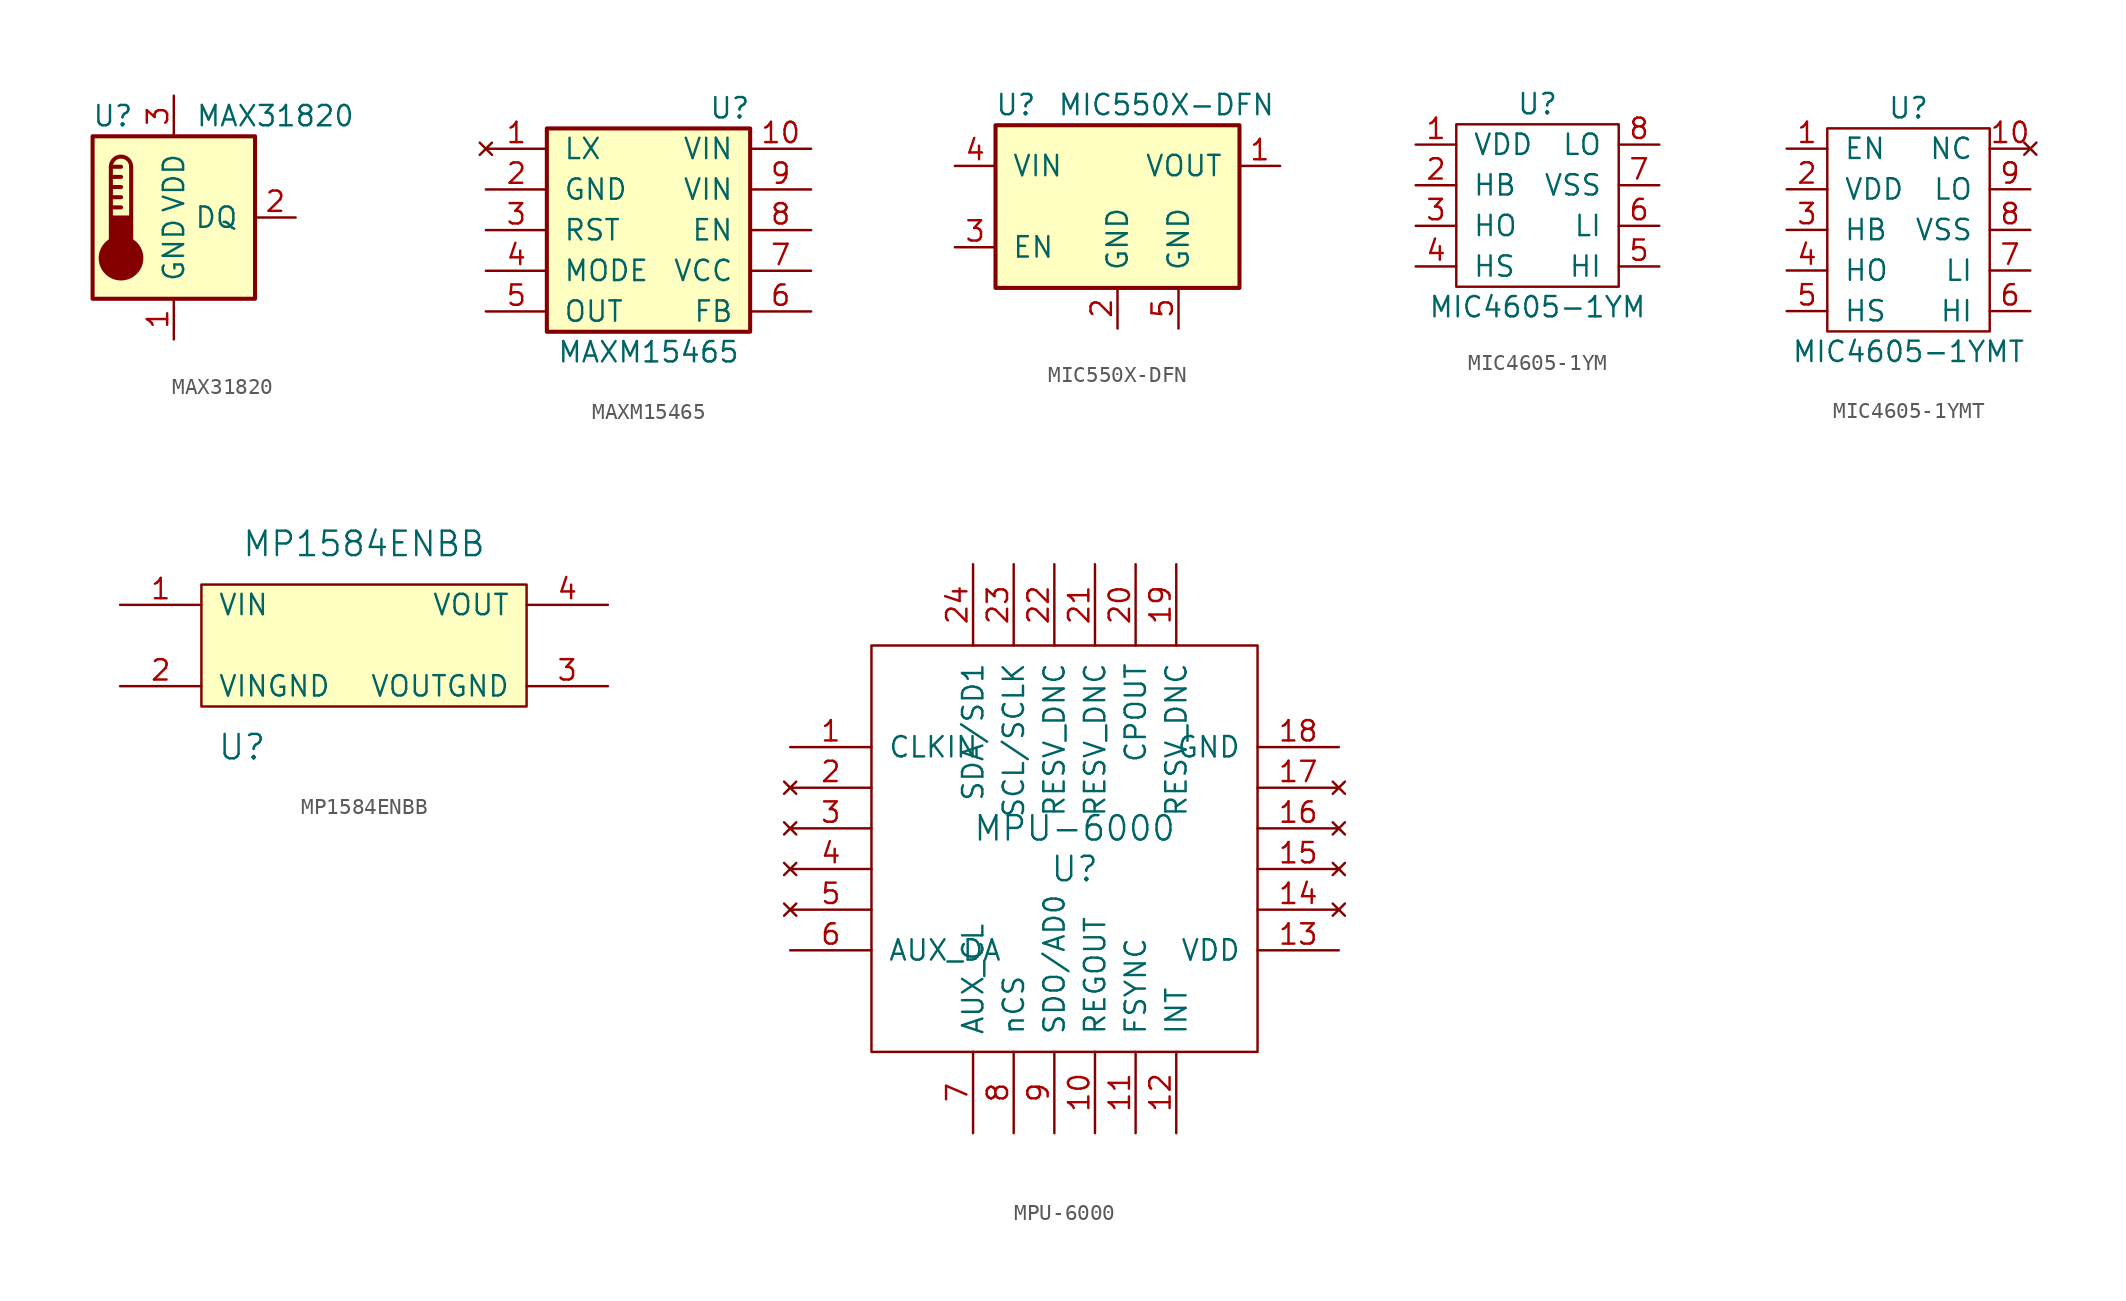
<source format=kicad_sym>
(kicad_symbol_lib
  (version 20211014)
  (generator kicad_symbol_editor)
  (symbol "MAX31820"
    (pin_names
      (offset 1.016))
    (property "Reference" "U"
      (at -3.81 6.35 0)
      (effects (font (size 1.27 1.27))))
    (property "Value" "MAX31820"
      (at 6.35 6.35 0)
      (effects (font (size 1.27 1.27))))
    (symbol "MAX31820_0_1"
      (rectangle (start -5.08 5.08) (end 5.08 -5.08) (stroke (width 0.254) (type default) (color 0 0 0 0)) (fill (type background)))
      (circle (center -3.302 -2.54) (radius 1.27) (stroke (width 0.254) (type default) (color 0 0 0 0)) (fill (type outline)))
      (rectangle (start -2.667 -1.905) (end -3.937 0) (stroke (width 0.254) (type default) (color 0 0 0 0)) (fill (type outline)))
      (arc (start -2.667 3.175) (mid -3.302 3.81) (end -3.937 3.175) (stroke (width 0.254) (type default) (color 0 0 0 0)) (fill (type none)))
      (polyline (pts (xy -3.937 0.635) (xy -3.302 0.635)) (stroke (width 0.254) (type default) (color 0 0 0 0)) (fill (type none)))
      (polyline (pts (xy -3.937 1.27) (xy -3.302 1.27)) (stroke (width 0.254) (type default) (color 0 0 0 0)) (fill (type none)))
      (polyline (pts (xy -3.937 1.905) (xy -3.302 1.905)) (stroke (width 0.254) (type default) (color 0 0 0 0)) (fill (type none)))
      (polyline (pts (xy -3.937 2.54) (xy -3.302 2.54)) (stroke (width 0.254) (type default) (color 0 0 0 0)) (fill (type none)))
      (polyline (pts (xy -3.937 3.175) (xy -3.937 0)) (stroke (width 0.254) (type default) (color 0 0 0 0)) (fill (type none)))
      (polyline (pts (xy -3.937 3.175) (xy -3.302 3.175)) (stroke (width 0.254) (type default) (color 0 0 0 0)) (fill (type none)))
      (polyline (pts (xy -2.667 3.175) (xy -2.667 0)) (stroke (width 0.254) (type default) (color 0 0 0 0)) (fill (type none))))
    (symbol "MAX31820_1_1"
      (pin power_in line (at 0 -7.62 90) (length 2.54) (name "GND" (effects (font (size 1.27 1.27)))) (number "1" (effects (font (size 1.27 1.27)))))
      (pin bidirectional line (at 7.62 0 180) (length 2.54) (name "DQ" (effects (font (size 1.27 1.27)))) (number "2" (effects (font (size 1.27 1.27)))))
      (pin power_in line (at 0 7.62 270) (length 2.54) (name "VDD" (effects (font (size 1.27 1.27)))) (number "3" (effects (font (size 1.27 1.27)))))))
  (symbol "MAXM15465"
    (pin_names
      (offset 1.016))
    (property "Reference" "U"
      (at 5.08 7.62 0)
      (effects (font (size 1.27 1.27))))
    (property "Value" "MAXM15465"
      (at 0 -7.62 0)
      (effects (font (size 1.27 1.27))))
    (symbol "MAXM15465_1_1"
      (rectangle (start -6.35 6.35) (end 6.35 -6.35) (stroke (width 0.254) (type default) (color 0 0 0 0)) (fill (type background)))
      (pin no_connect line (at -10.16 5.08 0) (length 3.81) (name "LX" (effects (font (size 1.27 1.27)))) (number "1" (effects (font (size 1.27 1.27)))))
      (pin power_in line (at 10.16 5.08 180) (length 3.81) (name "VIN" (effects (font (size 1.27 1.27)))) (number "10" (effects (font (size 1.27 1.27)))))
      (pin power_out line (at -10.16 2.54 0) (length 3.81) (name "GND" (effects (font (size 1.27 1.27)))) (number "2" (effects (font (size 1.27 1.27)))))
      (pin open_collector line (at -10.16 0 0) (length 3.81) (name "RST" (effects (font (size 1.27 1.27)))) (number "3" (effects (font (size 1.27 1.27)))))
      (pin input line (at -10.16 -2.54 0) (length 3.81) (name "MODE" (effects (font (size 1.27 1.27)))) (number "4" (effects (font (size 1.27 1.27)))))
      (pin power_out line (at -10.16 -5.08 0) (length 3.81) (name "OUT" (effects (font (size 1.27 1.27)))) (number "5" (effects (font (size 1.27 1.27)))))
      (pin input line (at 10.16 -5.08 180) (length 3.81) (name "FB" (effects (font (size 1.27 1.27)))) (number "6" (effects (font (size 1.27 1.27)))))
      (pin output line (at 10.16 -2.54 180) (length 3.81) (name "VCC" (effects (font (size 1.27 1.27)))) (number "7" (effects (font (size 1.27 1.27)))))
      (pin bidirectional line (at 10.16 0 180) (length 3.81) (name "EN" (effects (font (size 1.27 1.27)))) (number "8" (effects (font (size 1.27 1.27)))))
      (pin power_in line (at 10.16 2.54 180) (length 3.81) (name "VIN" (effects (font (size 1.27 1.27)))) (number "9" (effects (font (size 1.27 1.27)))))))
  (symbol "MIC550X-DFN"
    (pin_names
      (offset 1.016))
    (property "Reference" "U"
      (at -6.35 6.35 0)
      (effects (font (size 1.27 1.27))))
    (property "Value" "MIC550X-DFN"
      (at 3.048 6.35 0)
      (effects (font (size 1.27 1.27))))
    (symbol "MIC550X-DFN_0_1"
      (rectangle (start -7.62 -5.08) (end 7.62 5.08) (stroke (width 0.254) (type default) (color 0 0 0 0)) (fill (type background))))
    (symbol "MIC550X-DFN_1_1"
      (pin power_out line (at 10.16 2.54 180) (length 2.54) (name "VOUT" (effects (font (size 1.27 1.27)))) (number "1" (effects (font (size 1.27 1.27)))))
      (pin power_in line (at 0 -7.62 90) (length 2.54) (name "GND" (effects (font (size 1.27 1.27)))) (number "2" (effects (font (size 1.27 1.27)))))
      (pin input line (at -10.16 -2.54 0) (length 2.54) (name "EN" (effects (font (size 1.27 1.27)))) (number "3" (effects (font (size 1.27 1.27)))))
      (pin power_in line (at -10.16 2.54 0) (length 2.54) (name "VIN" (effects (font (size 1.27 1.27)))) (number "4" (effects (font (size 1.27 1.27)))))
      (pin power_in line (at 3.81 -7.62 90) (length 2.54) (name "GND" (effects (font (size 1.27 1.27)))) (number "5" (effects (font (size 1.27 1.27)))))))
  (symbol "MIC4605-1YM"
    (pin_names
      (offset 1.016))
    (property "Reference" "U"
      (at 0 7.62 0)
      (effects (font (size 1.27 1.27))))
    (property "Value" "MIC4605-1YM"
      (at 0 -5.08 0)
      (effects (font (size 1.27 1.27))))
    (symbol "MIC4605-1YM_0_1"
      (rectangle (start -5.08 6.35) (end 5.08 -3.81) (stroke (width 0) (type default) (color 0 0 0 0)) (fill (type none))))
    (symbol "MIC4605-1YM_1_1"
      (pin input line (at -7.62 5.08 0) (length 2.54) (name "VDD" (effects (font (size 1.27 1.27)))) (number "1" (effects (font (size 1.27 1.27)))))
      (pin power_in line (at -7.62 2.54 0) (length 2.54) (name "HB" (effects (font (size 1.27 1.27)))) (number "2" (effects (font (size 1.27 1.27)))))
      (pin bidirectional line (at -7.62 0 0) (length 2.54) (name "HO" (effects (font (size 1.27 1.27)))) (number "3" (effects (font (size 1.27 1.27)))))
      (pin bidirectional line (at -7.62 -2.54 0) (length 2.54) (name "HS" (effects (font (size 1.27 1.27)))) (number "4" (effects (font (size 1.27 1.27)))))
      (pin bidirectional line (at 7.62 -2.54 180) (length 2.54) (name "HI" (effects (font (size 1.27 1.27)))) (number "5" (effects (font (size 1.27 1.27)))))
      (pin bidirectional line (at 7.62 0 180) (length 2.54) (name "LI" (effects (font (size 1.27 1.27)))) (number "6" (effects (font (size 1.27 1.27)))))
      (pin bidirectional line (at 7.62 2.54 180) (length 2.54) (name "VSS" (effects (font (size 1.27 1.27)))) (number "7" (effects (font (size 1.27 1.27)))))
      (pin power_out line (at 7.62 5.08 180) (length 2.54) (name "LO" (effects (font (size 1.27 1.27)))) (number "8" (effects (font (size 1.27 1.27)))))))
  (symbol "MIC4605-1YMT"
    (pin_names
      (offset 1.016))
    (property "Reference" "U"
      (at 0 7.62 0)
      (effects (font (size 1.27 1.27))))
    (property "Value" "MIC4605-1YMT"
      (at 0 -7.62 0)
      (effects (font (size 1.27 1.27))))
    (symbol "MIC4605-1YMT_0_1"
      (rectangle (start -5.08 6.35) (end 5.08 -6.35) (stroke (width 0) (type default) (color 0 0 0 0)) (fill (type none))))
    (symbol "MIC4605-1YMT_1_1"
      (pin input line (at -7.62 5.08 0) (length 2.54) (name "EN" (effects (font (size 1.27 1.27)))) (number "1" (effects (font (size 1.27 1.27)))))
      (pin no_connect line (at 7.62 5.08 180) (length 2.54) (name "NC" (effects (font (size 1.27 1.27)))) (number "10" (effects (font (size 1.27 1.27)))))
      (pin power_in line (at -7.62 2.54 0) (length 2.54) (name "VDD" (effects (font (size 1.27 1.27)))) (number "2" (effects (font (size 1.27 1.27)))))
      (pin bidirectional line (at -7.62 0 0) (length 2.54) (name "HB" (effects (font (size 1.27 1.27)))) (number "3" (effects (font (size 1.27 1.27)))))
      (pin bidirectional line (at -7.62 -2.54 0) (length 2.54) (name "HO" (effects (font (size 1.27 1.27)))) (number "4" (effects (font (size 1.27 1.27)))))
      (pin bidirectional line (at -7.62 -5.08 0) (length 2.54) (name "HS" (effects (font (size 1.27 1.27)))) (number "5" (effects (font (size 1.27 1.27)))))
      (pin bidirectional line (at 7.62 -5.08 180) (length 2.54) (name "HI" (effects (font (size 1.27 1.27)))) (number "6" (effects (font (size 1.27 1.27)))))
      (pin bidirectional line (at 7.62 -2.54 180) (length 2.54) (name "LI" (effects (font (size 1.27 1.27)))) (number "7" (effects (font (size 1.27 1.27)))))
      (pin power_out line (at 7.62 0 180) (length 2.54) (name "VSS" (effects (font (size 1.27 1.27)))) (number "8" (effects (font (size 1.27 1.27)))))
      (pin bidirectional line (at 7.62 2.54 180) (length 2.54) (name "LO" (effects (font (size 1.27 1.27)))) (number "9" (effects (font (size 1.27 1.27)))))))
  (symbol "MP1584ENBB"
    (pin_names
      (offset 1.016))
    (property "Reference" "U"
      (at 0 0 0)
      (effects (font (size 1.524 1.524))))
    (property "Value" "MP1584ENBB"
      (at 7.62 12.7 0)
      (effects (font (size 1.524 1.524))))
    (symbol "MP1584ENBB_0_1"
      (rectangle (start -2.54 10.16) (end 17.78 2.54) (stroke (width 0) (type default) (color 0 0 0 0)) (fill (type background))))
    (symbol "MP1584ENBB_1_1"
      (pin power_in line (at -7.62 8.89 0) (length 5.08) (name "VIN" (effects (font (size 1.27 1.27)))) (number "1" (effects (font (size 1.27 1.27)))))
      (pin power_in line (at -7.62 3.81 0) (length 5.08) (name "VINGND" (effects (font (size 1.27 1.27)))) (number "2" (effects (font (size 1.27 1.27)))))
      (pin power_in line (at 22.86 3.81 180) (length 5.08) (name "VOUTGND" (effects (font (size 1.27 1.27)))) (number "3" (effects (font (size 1.27 1.27)))))
      (pin power_in line (at 22.86 8.89 180) (length 5.08) (name "VOUT" (effects (font (size 1.27 1.27)))) (number "4" (effects (font (size 1.27 1.27)))))))
  (symbol "MPU-6000"
    (pin_names
      (offset 1.016))
    (property "Reference" "U"
      (at 0 -1.27 0)
      (effects (font (size 1.524 1.524))))
    (property "Value" "MPU-6000"
      (at 0 1.27 0)
      (effects (font (size 1.524 1.524))))
    (property "Footprint" ""
      (at -3.81 0 0)
      (effects (font (size 1.524 1.524))))
    (property "Datasheet" ""
      (at -3.81 0 0)
      (effects (font (size 1.524 1.524))))
    (symbol "MPU-6000_0_1"
      (rectangle (start -12.7 12.7) (end 11.43 -12.7) (stroke (width 0) (type default) (color 0 0 0 0)) (fill (type none))))
    (symbol "MPU-6000_1_1"
      (pin input line (at -17.78 6.35 0) (length 5.08) (name "CLKIN" (effects (font (size 1.27 1.27)))) (number "1" (effects (font (size 1.27 1.27)))))
      (pin power_out line (at 1.27 -17.78 90) (length 5.08) (name "REGOUT" (effects (font (size 1.27 1.27)))) (number "10" (effects (font (size 1.27 1.27)))))
      (pin input line (at 3.81 -17.78 90) (length 5.08) (name "FSYNC" (effects (font (size 1.27 1.27)))) (number "11" (effects (font (size 1.27 1.27)))))
      (pin output line (at 6.35 -17.78 90) (length 5.08) (name "INT" (effects (font (size 1.27 1.27)))) (number "12" (effects (font (size 1.27 1.27)))))
      (pin power_in line (at 16.51 -6.35 180) (length 5.08) (name "VDD" (effects (font (size 1.27 1.27)))) (number "13" (effects (font (size 1.27 1.27)))))
      (pin no_connect line (at 16.51 -3.81 180) (length 5.08) (name "~" (effects (font (size 1.27 1.27)))) (number "14" (effects (font (size 1.27 1.27)))))
      (pin no_connect line (at 16.51 -1.27 180) (length 5.08) (name "~" (effects (font (size 1.27 1.27)))) (number "15" (effects (font (size 1.27 1.27)))))
      (pin no_connect line (at 16.51 1.27 180) (length 5.08) (name "~" (effects (font (size 1.27 1.27)))) (number "16" (effects (font (size 1.27 1.27)))))
      (pin no_connect line (at 16.51 3.81 180) (length 5.08) (name "~" (effects (font (size 1.27 1.27)))) (number "17" (effects (font (size 1.27 1.27)))))
      (pin power_in line (at 16.51 6.35 180) (length 5.08) (name "GND" (effects (font (size 1.27 1.27)))) (number "18" (effects (font (size 1.27 1.27)))))
      (pin unspecified line (at 6.35 17.78 270) (length 5.08) (name "RESV_DNC" (effects (font (size 1.27 1.27)))) (number "19" (effects (font (size 1.27 1.27)))))
      (pin no_connect line (at -17.78 3.81 0) (length 5.08) (name "~" (effects (font (size 1.27 1.27)))) (number "2" (effects (font (size 1.27 1.27)))))
      (pin output line (at 3.81 17.78 270) (length 5.08) (name "CPOUT" (effects (font (size 1.27 1.27)))) (number "20" (effects (font (size 1.27 1.27)))))
      (pin unspecified line (at 1.27 17.78 270) (length 5.08) (name "RESV_DNC" (effects (font (size 1.27 1.27)))) (number "21" (effects (font (size 1.27 1.27)))))
      (pin unspecified line (at -1.27 17.78 270) (length 5.08) (name "RESV_DNC" (effects (font (size 1.27 1.27)))) (number "22" (effects (font (size 1.27 1.27)))))
      (pin bidirectional line (at -3.81 17.78 270) (length 5.08) (name "SCL/SCLK" (effects (font (size 1.27 1.27)))) (number "23" (effects (font (size 1.27 1.27)))))
      (pin bidirectional line (at -6.35 17.78 270) (length 5.08) (name "SDA/SD1" (effects (font (size 1.27 1.27)))) (number "24" (effects (font (size 1.27 1.27)))))
      (pin no_connect line (at -17.78 1.27 0) (length 5.08) (name "~" (effects (font (size 1.27 1.27)))) (number "3" (effects (font (size 1.27 1.27)))))
      (pin no_connect line (at -17.78 -1.27 0) (length 5.08) (name "~" (effects (font (size 1.27 1.27)))) (number "4" (effects (font (size 1.27 1.27)))))
      (pin no_connect line (at -17.78 -3.81 0) (length 5.08) (name "~" (effects (font (size 1.27 1.27)))) (number "5" (effects (font (size 1.27 1.27)))))
      (pin input line (at -17.78 -6.35 0) (length 5.08) (name "AUX_DA" (effects (font (size 1.27 1.27)))) (number "6" (effects (font (size 1.27 1.27)))))
      (pin bidirectional line (at -6.35 -17.78 90) (length 5.08) (name "AUX_CL" (effects (font (size 1.27 1.27)))) (number "7" (effects (font (size 1.27 1.27)))))
      (pin input line (at -3.81 -17.78 90) (length 5.08) (name "nCS" (effects (font (size 1.27 1.27)))) (number "8" (effects (font (size 1.27 1.27)))))
      (pin bidirectional line (at -1.27 -17.78 90) (length 5.08) (name "SDO/AD0" (effects (font (size 1.27 1.27)))) (number "9" (effects (font (size 1.27 1.27))))))))
</source>
